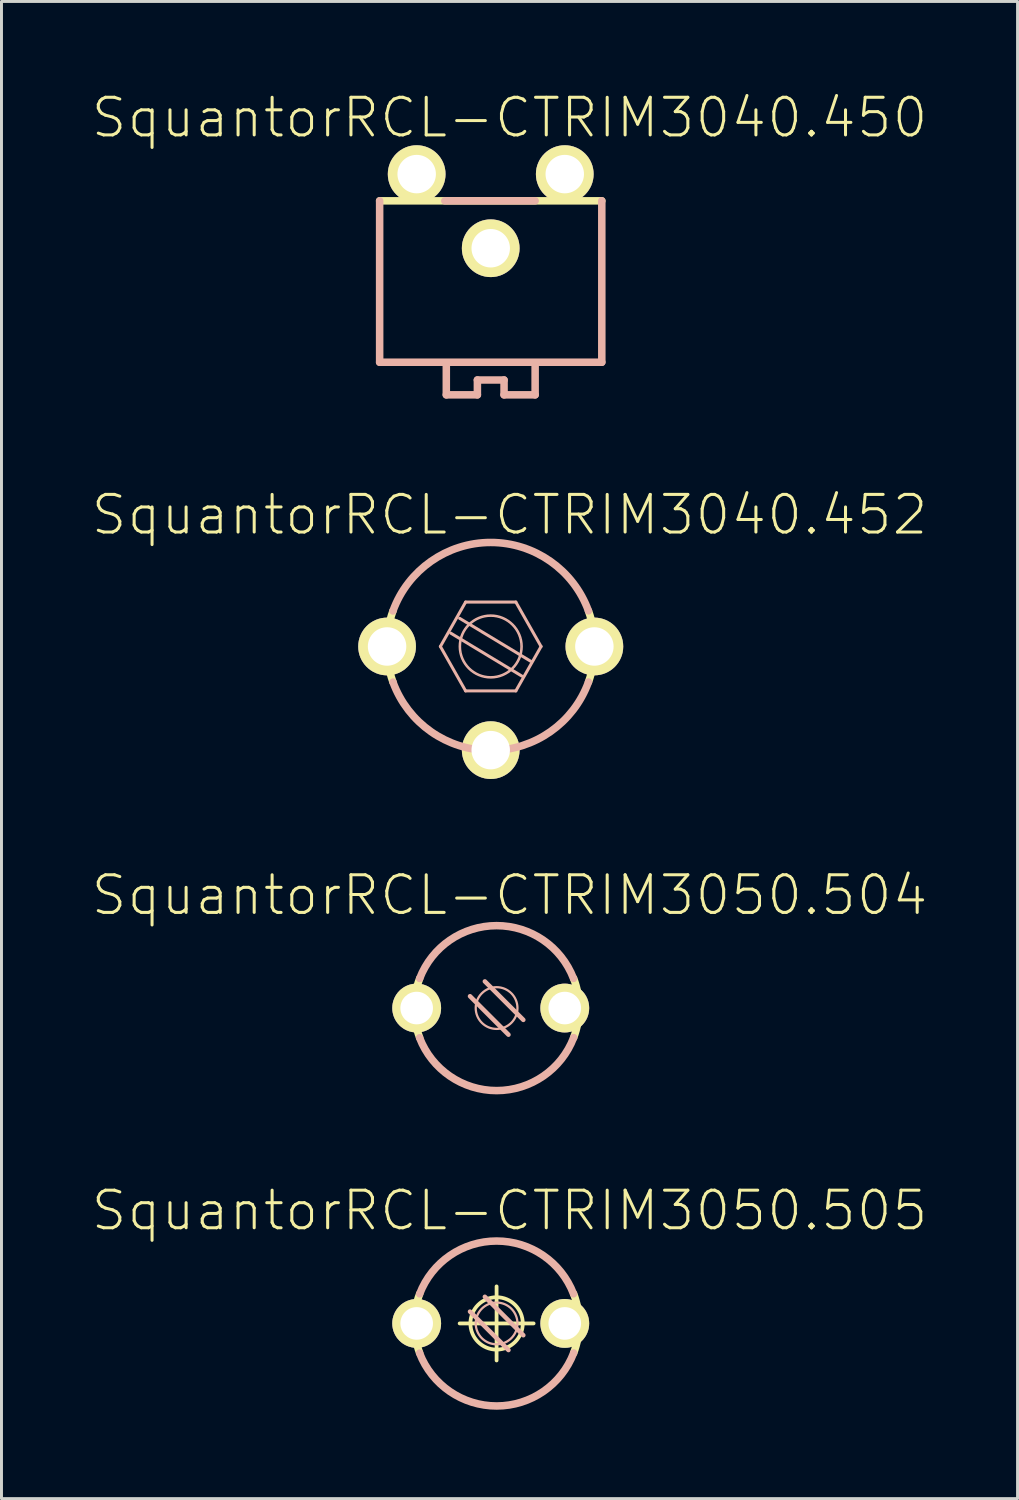
<source format=kicad_pcb>
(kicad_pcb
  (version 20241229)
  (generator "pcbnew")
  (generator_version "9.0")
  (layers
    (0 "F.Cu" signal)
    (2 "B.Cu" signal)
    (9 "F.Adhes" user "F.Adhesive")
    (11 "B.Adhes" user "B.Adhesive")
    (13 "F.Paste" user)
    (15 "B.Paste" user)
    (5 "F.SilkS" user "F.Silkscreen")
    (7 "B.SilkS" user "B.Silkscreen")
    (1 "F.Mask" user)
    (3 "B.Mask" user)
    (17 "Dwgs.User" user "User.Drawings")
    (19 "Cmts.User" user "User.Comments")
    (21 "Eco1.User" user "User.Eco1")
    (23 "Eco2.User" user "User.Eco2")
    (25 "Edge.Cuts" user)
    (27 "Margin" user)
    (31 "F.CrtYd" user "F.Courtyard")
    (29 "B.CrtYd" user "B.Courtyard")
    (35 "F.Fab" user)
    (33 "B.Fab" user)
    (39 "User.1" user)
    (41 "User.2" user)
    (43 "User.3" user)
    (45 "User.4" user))
  (footprint "SquantorRCL-CTRIM3050.505"
    (layer "F.Cu")
    (at 13.512 41.616)
    (property "Reference" "SquantorRCL-CTRIM3050.505" (at 0.635 -3.81 0) (layer "F.SilkS") (effects (font (size 1.27 1.27) (thickness 0.102))))
    (attr exclude_from_pos_files exclude_from_bom)
    (fp_line (start -1.049 0) (end 1.448 0) (stroke (width 0.127) (type solid)) (layer "F.SilkS"))
    (fp_line (start 0.198 1.25) (end 0.198 -1.25) (stroke (width 0.127) (type solid)) (layer "F.SilkS"))
    (fp_arc (start -2.39776 0.99822) (mid -2.583073 0.001638) (end -2.398934 -0.995161) (stroke (width 0.254) (type solid)) (layer "F.SilkS"))
    (fp_arc (start 2.79908 -0.99822) (mid 2.984055 0.000182) (end 2.79895 0.99856) (stroke (width 0.254) (type solid)) (layer "F.SilkS"))
    (fp_circle (center 0.198 0) (end 0.823 0.625) (stroke (width 0.127) (type solid)) (fill no) (layer "F.SilkS"))
    (fp_line (start -0.699 -0.399) (end 0.599 0.899) (stroke (width 0.152) (type solid)) (layer "B.SilkS"))
    (fp_line (start -0.198 -0.899) (end 1.1 0.399) (stroke (width 0.152) (type solid)) (layer "B.SilkS"))
    (fp_arc (start -2.39776 -0.99822) (mid 0.197331 -2.781193) (end 2.793434 -0.999692) (stroke (width 0.254) (type solid)) (layer "B.SilkS"))
    (fp_arc (start 2.79908 0.99822) (mid 0.200733 2.785934) (end -2.400963 1.003098) (stroke (width 0.254) (type solid)) (layer "B.SilkS"))
    (fp_circle (center 0.198 0) (end 0.696 0.498) (stroke (width 0.076) (type solid)) (fill no) (layer "B.SilkS"))
    (pad "1" thru_hole circle (at -2.499 0) (size 1.648 1.648) (drill 1.1) (layers "*.Cu" "F.Mask" "F.SilkS" "F.Paste"))
    (pad "2" thru_hole circle (at 2.499 0) (size 1.648 1.648) (drill 1.1) (layers "*.Cu" "F.Mask" "F.SilkS" "F.Paste")))
  (footprint "SquantorRCL-CTRIM3040.452"
    (layer "F.Cu")
    (at 13.512 18.769)
    (property "Reference" "SquantorRCL-CTRIM3040.452" (at 0.635 -4.445 0) (layer "F.SilkS") (effects (font (size 1.27 1.27) (thickness 0.102))))
    (attr exclude_from_pos_files exclude_from_bom)
    (fp_line (start -3.899 -0.599) (end -3.498 -0.599) (stroke (width 0.066) (type solid)) (layer "F.SilkS"))
    (fp_line (start -3.899 0.599) (end -3.899 -0.599) (stroke (width 0.066) (type solid)) (layer "F.SilkS"))
    (fp_line (start -3.899 0.599) (end -3.498 0.599) (stroke (width 0.066) (type solid)) (layer "F.SilkS"))
    (fp_line (start -3.498 0.599) (end -3.498 -0.599) (stroke (width 0.066) (type solid)) (layer "F.SilkS"))
    (fp_line (start -0.599 3.498) (end 0.599 3.498) (stroke (width 0.066) (type solid)) (layer "F.SilkS"))
    (fp_line (start -0.599 3.899) (end -0.599 3.498) (stroke (width 0.066) (type solid)) (layer "F.SilkS"))
    (fp_line (start -0.599 3.899) (end 0.599 3.899) (stroke (width 0.066) (type solid)) (layer "F.SilkS"))
    (fp_line (start 0.599 3.899) (end 0.599 3.498) (stroke (width 0.066) (type solid)) (layer "F.SilkS"))
    (fp_line (start 3.498 -0.599) (end 3.899 -0.599) (stroke (width 0.066) (type solid)) (layer "F.SilkS"))
    (fp_line (start 3.498 0.599) (end 3.498 -0.599) (stroke (width 0.066) (type solid)) (layer "F.SilkS"))
    (fp_line (start 3.498 0.599) (end 3.899 0.599) (stroke (width 0.066) (type solid)) (layer "F.SilkS"))
    (fp_line (start 3.899 0.599) (end 3.899 -0.599) (stroke (width 0.066) (type solid)) (layer "F.SilkS"))
    (fp_arc (start -3.29946 1.19888) (mid -3.51052 0.001161) (end -3.300252 -1.196698) (stroke (width 0.254) (type solid)) (layer "F.SilkS"))
    (fp_arc (start 3.29946 -1.19888) (mid 3.51052 -0.001161) (end 3.300252 1.196698) (stroke (width 0.254) (type solid)) (layer "F.SilkS"))
    (fp_line (start -1.699 0) (end -0.848 1.499) (stroke (width 0.102) (type solid)) (layer "B.SilkS"))
    (fp_line (start -1.349 -0.45) (end 1.049 0.998) (stroke (width 0.102) (type solid)) (layer "B.SilkS"))
    (fp_line (start -1.049 -0.95) (end 1.349 0.498) (stroke (width 0.102) (type solid)) (layer "B.SilkS"))
    (fp_line (start -0.848 -1.499) (end -1.699 0) (stroke (width 0.102) (type solid)) (layer "B.SilkS"))
    (fp_line (start -0.848 -1.499) (end 0.848 -1.499) (stroke (width 0.102) (type solid)) (layer "B.SilkS"))
    (fp_line (start -0.848 1.499) (end 0.848 1.499) (stroke (width 0.102) (type solid)) (layer "B.SilkS"))
    (fp_line (start 0.848 1.499) (end 1.699 0) (stroke (width 0.102) (type solid)) (layer "B.SilkS"))
    (fp_line (start 1.699 0) (end 0.848 -1.499) (stroke (width 0.102) (type solid)) (layer "B.SilkS"))
    (fp_arc (start -3.29946 -1.19888) (mid -0.001903 -3.510519) (end 3.298158 -1.202457) (stroke (width 0.254) (type solid)) (layer "B.SilkS"))
    (fp_arc (start 3.29946 1.19888) (mid 0.001903 3.510519) (end -3.298158 1.202457) (stroke (width 0.254) (type solid)) (layer "B.SilkS"))
    (fp_circle (center 0 0) (end -0.749 0.749) (stroke (width 0.051) (type solid)) (fill no) (layer "B.SilkS"))
    (fp_circle (center 0 0) (end -0.724 0.724) (stroke (width 0.051) (type solid)) (fill no) (layer "B.SilkS"))
    (pad "1A" thru_hole circle (at -3.498 0) (size 1.948 1.948) (drill 1.298) (layers "*.Cu" "F.Mask" "F.SilkS" "F.Paste"))
    (pad "1B" thru_hole circle (at 3.498 0) (size 1.948 1.948) (drill 1.298) (layers "*.Cu" "F.Mask" "F.SilkS" "F.Paste"))
    (pad "2" thru_hole circle (at 0 3.498) (size 1.948 1.948) (drill 1.298) (layers "*.Cu" "F.Mask" "F.SilkS" "F.Paste")))
  (footprint "SquantorRCL-CTRIM3040.450"
    (layer "F.Cu")
    (at 13.512 6.636)
    (property "Reference" "SquantorRCL-CTRIM3040.450" (at 0.635 -5.715 0) (layer "F.SilkS") (effects (font (size 1.27 1.27) (thickness 0.102))))
    (attr exclude_from_pos_files exclude_from_bom)
    (fp_line (start -3.749 -2.908) (end 3.749 -2.908) (stroke (width 0.254) (type solid)) (layer "F.SilkS"))
    (fp_line (start -2.799 -4.559) (end -2.2 -4.559) (stroke (width 0.066) (type solid)) (layer "F.SilkS"))
    (fp_line (start -2.799 -3.01) (end -2.799 -4.559) (stroke (width 0.066) (type solid)) (layer "F.SilkS"))
    (fp_line (start -2.799 -3.01) (end -2.2 -3.01) (stroke (width 0.066) (type solid)) (layer "F.SilkS"))
    (fp_line (start -2.2 -3.01) (end -2.2 -4.559) (stroke (width 0.066) (type solid)) (layer "F.SilkS"))
    (fp_line (start 2.2 -4.559) (end 2.799 -4.559) (stroke (width 0.066) (type solid)) (layer "F.SilkS"))
    (fp_line (start 2.2 -3.01) (end 2.2 -4.559) (stroke (width 0.066) (type solid)) (layer "F.SilkS"))
    (fp_line (start 2.2 -3.01) (end 2.799 -3.01) (stroke (width 0.066) (type solid)) (layer "F.SilkS"))
    (fp_line (start 2.799 -3.01) (end 2.799 -4.559) (stroke (width 0.066) (type solid)) (layer "F.SilkS"))
    (fp_line (start -3.749 2.54) (end -3.749 -2.908) (stroke (width 0.254) (type solid)) (layer "B.SilkS"))
    (fp_line (start -1.549 -2.908) (end 1.499 -2.908) (stroke (width 0.254) (type solid)) (layer "B.SilkS"))
    (fp_line (start -1.499 2.639) (end -1.499 3.64) (stroke (width 0.254) (type solid)) (layer "B.SilkS"))
    (fp_line (start -1.499 3.64) (end -0.45 3.64) (stroke (width 0.254) (type solid)) (layer "B.SilkS"))
    (fp_line (start -0.45 3.139) (end 0.45 3.139) (stroke (width 0.254) (type solid)) (layer "B.SilkS"))
    (fp_line (start -0.45 3.64) (end -0.45 3.139) (stroke (width 0.254) (type solid)) (layer "B.SilkS"))
    (fp_line (start 0.45 3.139) (end 0.45 3.64) (stroke (width 0.254) (type solid)) (layer "B.SilkS"))
    (fp_line (start 0.45 3.64) (end 1.499 3.64) (stroke (width 0.254) (type solid)) (layer "B.SilkS"))
    (fp_line (start 1.499 3.64) (end 1.499 2.639) (stroke (width 0.254) (type solid)) (layer "B.SilkS"))
    (fp_line (start 3.749 -2.908) (end 3.749 2.54) (stroke (width 0.254) (type solid)) (layer "B.SilkS"))
    (fp_line (start 3.749 2.54) (end -3.749 2.54) (stroke (width 0.254) (type solid)) (layer "B.SilkS"))
    (pad "1A" thru_hole circle (at -2.499 -3.81) (size 1.948 1.948) (drill 1.298) (layers "*.Cu" "F.Mask" "F.SilkS" "F.Paste"))
    (pad "1B" thru_hole circle (at 2.499 -3.81) (size 1.948 1.948) (drill 1.298) (layers "*.Cu" "F.Mask" "F.SilkS" "F.Paste"))
    (pad "2" thru_hole circle (at 0 -1.308) (size 1.948 1.948) (drill 1.298) (layers "*.Cu" "F.Mask" "F.SilkS" "F.Paste")))
  (footprint "SquantorRCL-CTRIM3050.504"
    (layer "F.Cu")
    (at 13.512 30.972)
    (property "Reference" "SquantorRCL-CTRIM3050.504" (at 0.635 -3.81 0) (layer "F.SilkS") (effects (font (size 1.27 1.27) (thickness 0.102))))
    (attr exclude_from_pos_files exclude_from_bom)
    (fp_arc (start -2.39776 0.99822) (mid -2.583073 0.001638) (end -2.398934 -0.995161) (stroke (width 0.254) (type solid)) (layer "F.SilkS"))
    (fp_arc (start 2.79908 -0.99822) (mid 2.984055 0.000182) (end 2.79895 0.99856) (stroke (width 0.254) (type solid)) (layer "F.SilkS"))
    (fp_line (start -0.699 -0.399) (end 0.599 0.899) (stroke (width 0.152) (type solid)) (layer "B.SilkS"))
    (fp_line (start -0.198 -0.899) (end 1.1 0.399) (stroke (width 0.152) (type solid)) (layer "B.SilkS"))
    (fp_arc (start -2.39776 -0.99822) (mid 0.197331 -2.781193) (end 2.793434 -0.999692) (stroke (width 0.254) (type solid)) (layer "B.SilkS"))
    (fp_arc (start 2.79908 0.99822) (mid 0.200733 2.785934) (end -2.400963 1.003098) (stroke (width 0.254) (type solid)) (layer "B.SilkS"))
    (fp_circle (center 0.198 0) (end 0.696 0.498) (stroke (width 0.076) (type solid)) (fill no) (layer "B.SilkS"))
    (pad "1" thru_hole circle (at -2.499 0) (size 1.648 1.648) (drill 1.1) (layers "*.Cu" "F.Mask" "F.SilkS" "F.Paste"))
    (pad "2" thru_hole circle (at 2.499 0) (size 1.648 1.648) (drill 1.1) (layers "*.Cu" "F.Mask" "F.SilkS" "F.Paste")))
  (gr_rect
    (start -3 -3)
    (end 31.293 47.529)
    (stroke (width 0.1) (type default))
    (fill no)
    (layer "Edge.Cuts")))
</source>
